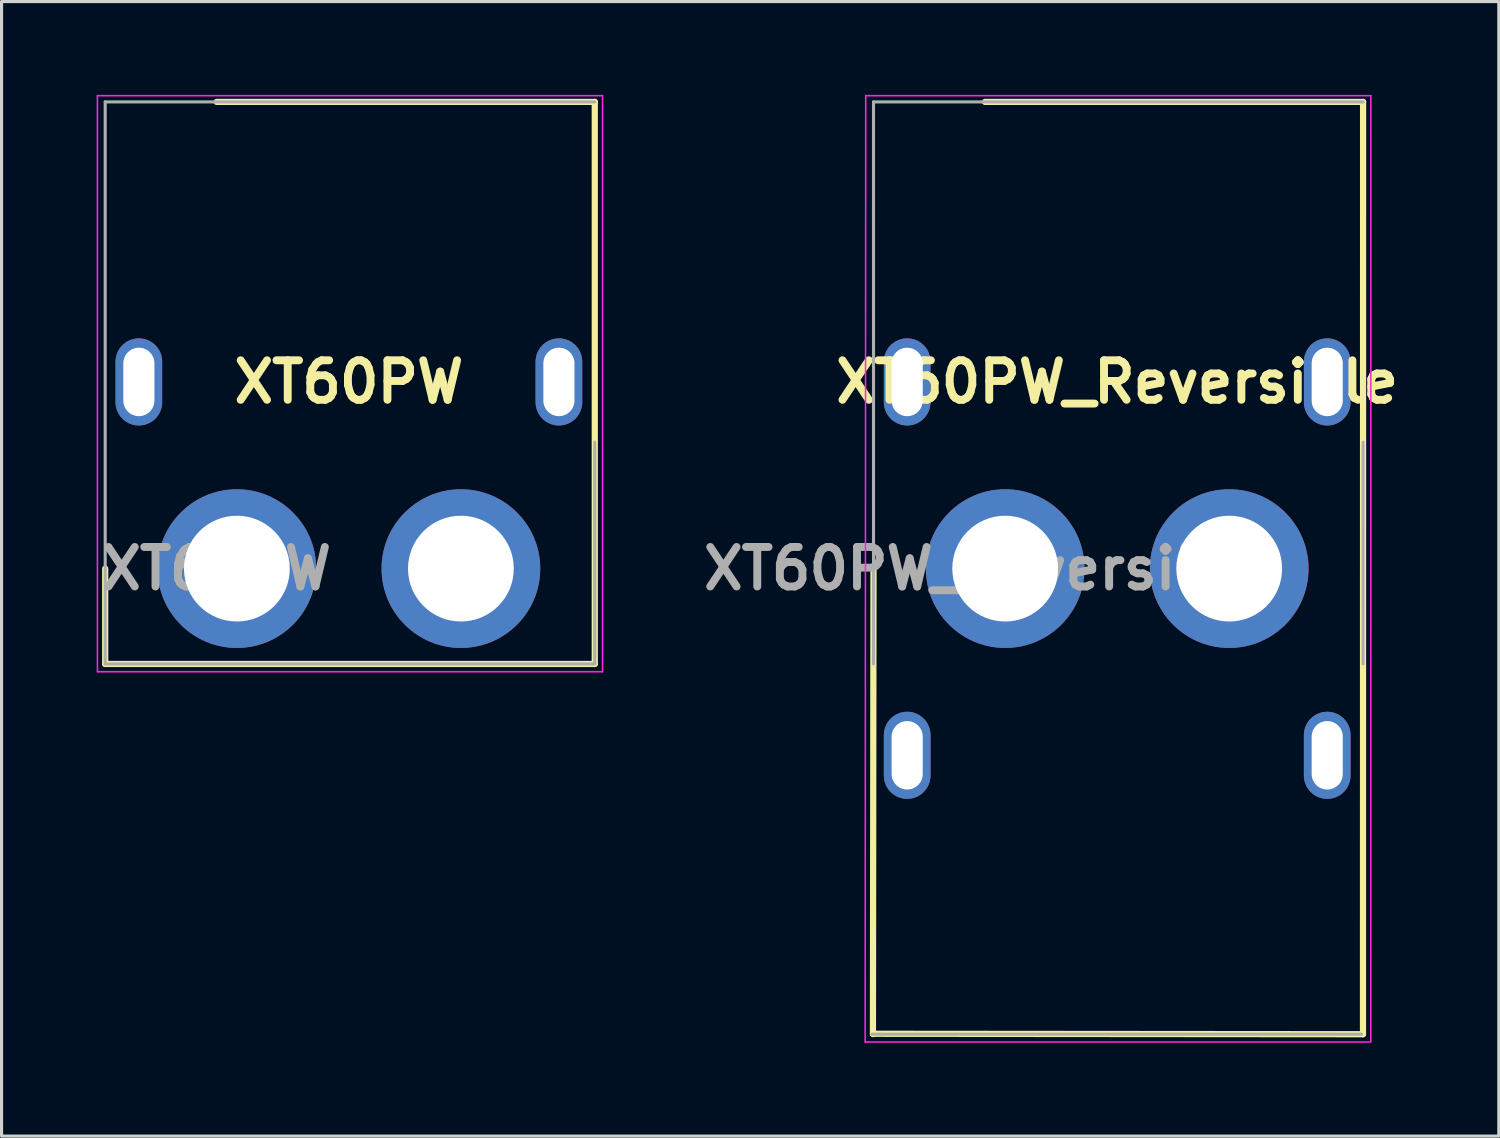
<source format=kicad_pcb>
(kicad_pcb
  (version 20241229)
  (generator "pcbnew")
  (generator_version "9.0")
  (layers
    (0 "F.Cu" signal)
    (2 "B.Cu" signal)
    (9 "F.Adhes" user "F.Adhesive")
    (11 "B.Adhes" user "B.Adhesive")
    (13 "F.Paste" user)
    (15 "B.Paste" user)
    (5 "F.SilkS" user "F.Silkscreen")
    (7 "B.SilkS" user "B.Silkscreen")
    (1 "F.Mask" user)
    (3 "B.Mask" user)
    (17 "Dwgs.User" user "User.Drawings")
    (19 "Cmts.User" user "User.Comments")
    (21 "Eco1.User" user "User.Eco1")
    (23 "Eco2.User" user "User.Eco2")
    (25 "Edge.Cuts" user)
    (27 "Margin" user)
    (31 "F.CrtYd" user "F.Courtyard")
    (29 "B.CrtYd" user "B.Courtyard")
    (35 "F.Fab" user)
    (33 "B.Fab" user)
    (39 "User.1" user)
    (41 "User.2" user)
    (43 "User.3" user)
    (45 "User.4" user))
  (footprint "XT60PW_Reversible"
    (layer "F.Cu")
    (at 32.856 15.225)
    (property "Reference" "XT60PW_Reversible" (at 0 -6 0) (layer "F.SilkS") (effects (font (size 1.27 1.27) (thickness 0.254))))
    (attr through_hole)
    (fp_line (start -7.85 14.96) (end -7.832 0) (stroke (width 0.2) (type solid)) (layer "F.SilkS"))
    (fp_line (start -4.25 -15) (end 7.903 -15) (stroke (width 0.2) (type solid)) (layer "F.SilkS"))
    (fp_line (start 7.9 14.964) (end -7.85 14.95) (stroke (width 0.2) (type solid)) (layer "F.SilkS"))
    (fp_line (start 7.903 -15) (end 7.9 14.964) (stroke (width 0.2) (type solid)) (layer "F.SilkS"))
    (fp_line (start -8.1 15.214) (end -8.082 -15.2) (stroke (width 0.05) (type solid)) (layer "F.CrtYd"))
    (fp_line (start -8.082 -15.2) (end 8.153 -15.2) (stroke (width 0.05) (type solid)) (layer "F.CrtYd"))
    (fp_line (start 8.15 15.214) (end -8.1 15.214) (stroke (width 0.05) (type solid)) (layer "F.CrtYd"))
    (fp_line (start 8.153 -15.2) (end 8.15 15.2) (stroke (width 0.05) (type solid)) (layer "F.CrtYd"))
    (fp_line (start -7.832 -15) (end 7.903 -15) (stroke (width 0.1) (type solid)) (layer "F.Fab"))
    (fp_line (start -7.832 3.064) (end -7.832 -15) (stroke (width 0.1) (type solid)) (layer "F.Fab"))
    (fp_line (start 7.853 14.964) (end -7.882 14.964) (stroke (width 0.1) (type solid)) (layer "F.Fab"))
    (fp_line (start 7.903 -4.064) (end 7.903 3.064) (stroke (width 0.1) (type solid)) (layer "F.Fab"))
    (fp_text user "${REFERENCE}" (at -4.25 0 0) (layer "F.Fab") (effects (font (size 1.27 1.27) (thickness 0.254))))
    (pad "1" thru_hole circle (at -3.6 0) (size 5.1 5.1) (drill 3.4) (layers "*.Cu" "*.Mask"))
    (pad "2" thru_hole circle (at 3.6 0) (size 5.1 5.1) (drill 3.4) (layers "*.Cu" "*.Mask"))
    (pad "4" thru_hole oval (at -6.75 -6) (size 1.5 2.8) (drill oval 1 2.2) (layers "*.Cu" "*.Mask"))
    (pad "4" thru_hole oval (at -6.75 6) (size 1.5 2.8) (drill oval 1 2.2) (layers "*.Cu" "*.Mask"))
    (pad "4" thru_hole oval (at 6.75 -6) (size 1.5 2.8) (drill oval 1 2.2) (layers "*.Cu" "*.Mask"))
    (pad "4" thru_hole oval (at 6.75 6) (size 1.5 2.8) (drill oval 1 2.2) (layers "*.Cu" "*.Mask")))
  (footprint "XT60PW"
    (layer "F.Cu")
    (at 8.163 15.225)
    (property "Reference" "XT60PW" (at 0 -6 0) (layer "F.SilkS") (effects (font (size 1.27 1.27) (thickness 0.254))))
    (attr through_hole)
    (fp_line (start -7.832 3.064) (end -7.832 0) (stroke (width 0.2) (type solid)) (layer "F.SilkS"))
    (fp_line (start -4.25 -15) (end 7.903 -15) (stroke (width 0.2) (type solid)) (layer "F.SilkS"))
    (fp_line (start 7.903 -15) (end 7.903 3.064) (stroke (width 0.2) (type solid)) (layer "F.SilkS"))
    (fp_line (start 7.903 3.064) (end -7.832 3.064) (stroke (width 0.2) (type solid)) (layer "F.SilkS"))
    (fp_line (start -8.082 -15.2) (end 8.153 -15.2) (stroke (width 0.05) (type solid)) (layer "F.CrtYd"))
    (fp_line (start -8.082 3.314) (end -8.082 -15.2) (stroke (width 0.05) (type solid)) (layer "F.CrtYd"))
    (fp_line (start 8.153 -15.2) (end 8.153 3.314) (stroke (width 0.05) (type solid)) (layer "F.CrtYd"))
    (fp_line (start 8.153 3.314) (end -8.082 3.314) (stroke (width 0.05) (type solid)) (layer "F.CrtYd"))
    (fp_line (start -7.832 -15) (end 7.903 -15) (stroke (width 0.1) (type solid)) (layer "F.Fab"))
    (fp_line (start -7.832 3.064) (end -7.832 -15) (stroke (width 0.1) (type solid)) (layer "F.Fab"))
    (fp_line (start 7.903 -4.064) (end 7.903 3.064) (stroke (width 0.1) (type solid)) (layer "F.Fab"))
    (fp_line (start 7.903 3.064) (end -7.832 3.064) (stroke (width 0.1) (type solid)) (layer "F.Fab"))
    (fp_text user "${REFERENCE}" (at -4.25 0 0) (layer "F.Fab") (effects (font (size 1.27 1.27) (thickness 0.254))))
    (pad "1" thru_hole circle (at -3.6 0) (size 5.1 5.1) (drill 3.4) (layers "*.Cu" "*.Mask"))
    (pad "2" thru_hole circle (at 3.6 0) (size 5.1 5.1) (drill 3.4) (layers "*.Cu" "*.Mask"))
    (pad "4" thru_hole oval (at -6.75 -6) (size 1.5 2.8) (drill oval 1 2.2) (layers "*.Cu" "*.Mask"))
    (pad "4" thru_hole oval (at 6.75 -6) (size 1.5 2.8) (drill oval 1 2.2) (layers "*.Cu" "*.Mask")))
  (gr_rect
    (start -3 -3)
    (end 45.121 33.464)
    (stroke (width 0.1) (type default))
    (fill no)
    (layer "Edge.Cuts")))
</source>
